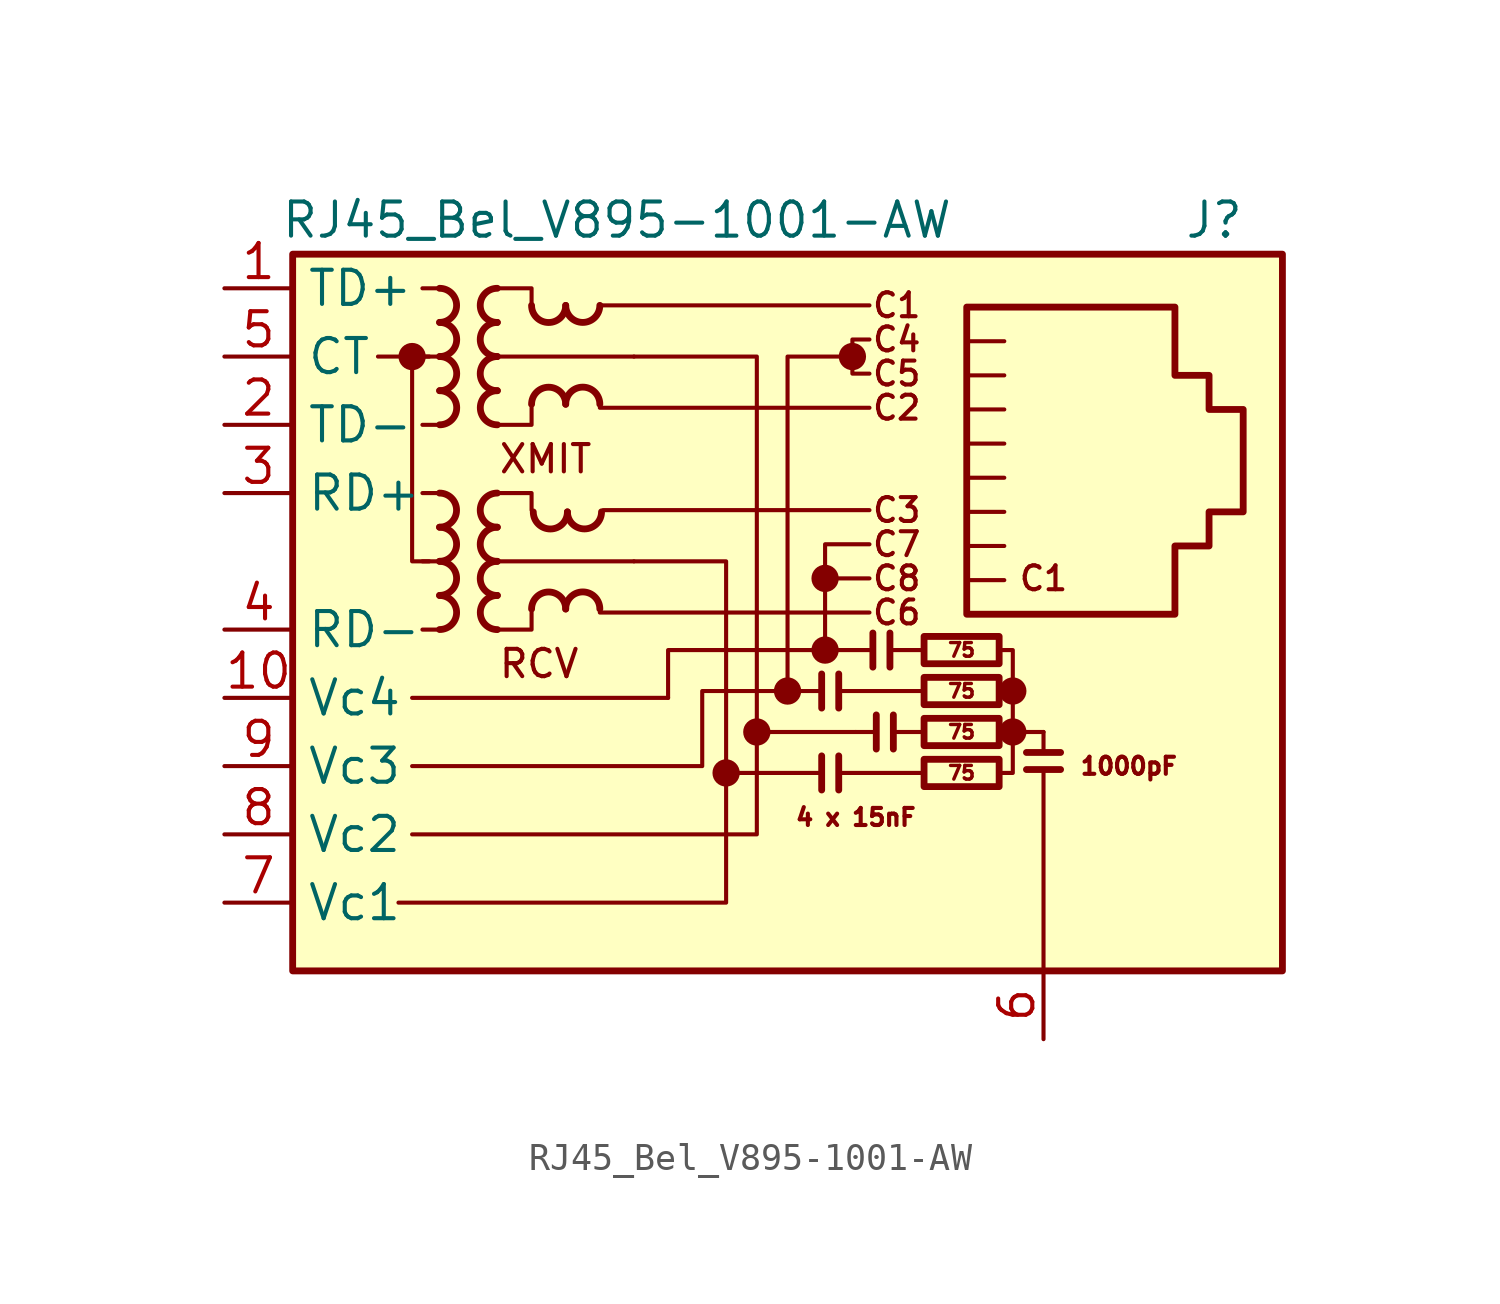
<source format=kicad_sym>
(kicad_symbol_lib
  (version 20220914)
  (generator kicad_symbol_editor)
  (symbol "RJ45_Bel_V895-1001-AW"
    (property "Reference" "J"
      (at 16.51 12.7 0)
      (effects (font (size 1.27 1.27))))
    (property "Value" "RJ45_Bel_V895-1001-AW"
      (at -5.715 12.7 0)
      (effects (font (size 1.27 1.27))))
    (symbol "RJ45_Bel_V895-1001-AW_0_0"
      (circle (center -13.335 7.62) (radius 0.0001) (stroke (width 0.508) (type default)) (fill (type none)))
      (circle (center -1.651 -7.874) (radius 0.0001) (stroke (width 0.508) (type default)) (fill (type none)))
      (circle (center -0.508 -6.35) (radius 0.0001) (stroke (width 0.508) (type default)) (fill (type none)))
      (polyline (pts (xy 1.905 -7.239) (xy 1.905 -8.509)) (stroke (width 0.254) (type default)) (fill (type none)))
      (polyline (pts (xy 1.905 -4.191) (xy 1.905 -5.461)) (stroke (width 0.254) (type default)) (fill (type none)))
      (polyline (pts (xy 2.54 -7.239) (xy 2.54 -8.509)) (stroke (width 0.254) (type default)) (fill (type none)))
      (polyline (pts (xy 2.54 -4.191) (xy 2.54 -5.461)) (stroke (width 0.254) (type default)) (fill (type none)))
      (polyline (pts (xy 3.81 -2.667) (xy 3.81 -3.937)) (stroke (width 0.254) (type default)) (fill (type none)))
      (polyline (pts (xy 3.937 -5.715) (xy 3.937 -6.985)) (stroke (width 0.254) (type default)) (fill (type none)))
      (polyline (pts (xy 4.445 -2.667) (xy 4.445 -3.937)) (stroke (width 0.254) (type default)) (fill (type none)))
      (polyline (pts (xy 4.572 -5.715) (xy 4.572 -6.985)) (stroke (width 0.254) (type default)) (fill (type none)))
      (polyline (pts (xy 9.017 -6.35) (xy 10.16 -6.35)) (stroke (width 0) (type default)) (fill (type none)))
      (polyline (pts (xy 9.525 -7.747) (xy 10.795 -7.747)) (stroke (width 0.254) (type default)) (fill (type none)))
      (polyline (pts (xy 9.525 -7.112) (xy 10.795 -7.112)) (stroke (width 0.254) (type default)) (fill (type none)))
      (polyline (pts (xy 3.683 0.635) (xy 2.032 0.635) (xy 2.032 -0.635) (xy 3.683 -0.635)) (stroke (width 0) (type default)) (fill (type none)))
      (polyline (pts (xy 3.683 8.255) (xy 3.048 8.255) (xy 3.048 6.985) (xy 3.683 6.985)) (stroke (width 0) (type default)) (fill (type none)))
      (polyline (pts (xy 8.636 -7.874) (xy 9.017 -7.874) (xy 9.017 -6.35) (xy 8.636 -6.35)) (stroke (width 0) (type default)) (fill (type none)))
      (polyline (pts (xy 8.636 -4.826) (xy 9.017 -4.826) (xy 9.017 -3.302) (xy 8.636 -3.302)) (stroke (width 0) (type default)) (fill (type none)))
      (circle (center 0.635 -4.826) (radius 0.0001) (stroke (width 0.508) (type default)) (fill (type none)))
      (circle (center 2.032 -3.302) (radius 0.0001) (stroke (width 0.508) (type default)) (fill (type none)))
      (circle (center 2.032 -0.635) (radius 0.0001) (stroke (width 0.508) (type default)) (fill (type none)))
      (circle (center 3.048 7.62) (radius 0.0001) (stroke (width 0.508) (type default)) (fill (type none)))
      (circle (center 9.017 -6.35) (radius 0.0001) (stroke (width 0.508) (type default)) (fill (type none)))
      (circle (center 9.017 -4.826) (radius 0.0001) (stroke (width 0.508) (type default)) (fill (type none)))
      (text "C1" (at 4.699 9.525 0) (effects (font (size 0.889 0.889))))
      (text "C1" (at 10.16 -0.635 0) (effects (font (size 0.889 0.889))))
      (text "C2" (at 4.699 5.715 0) (effects (font (size 0.889 0.889))))
      (text "C3" (at 4.699 1.905 0) (effects (font (size 0.889 0.889))))
      (text "C4" (at 4.699 8.255 0) (effects (font (size 0.889 0.889))))
      (text "C5" (at 4.699 6.985 0) (effects (font (size 0.889 0.889))))
      (text "C6" (at 4.699 -1.905 0) (effects (font (size 0.889 0.889))))
      (text "C7" (at 4.699 0.635 0) (effects (font (size 0.889 0.889))))
      (text "C8" (at 4.699 -0.635 0) (effects (font (size 0.889 0.889))))
      (text "RCV" (at -10.16 -3.81 0) (effects (font (size 1.016 1.016)) (justify left)))
      (text "XMIT" (at -10.16 3.81 0) (effects (font (size 1.016 1.016)) (justify left))))
    (symbol "RJ45_Bel_V895-1001-AW_0_1"
      (rectangle (start -17.78 11.43) (end 19.05 -15.24) (stroke (width 0.254) (type default)) (fill (type background)))
      (polyline (pts (xy -12.316 -2.54) (xy -12.951 -2.54)) (stroke (width 0) (type default)) (fill (type none)))
      (polyline (pts (xy -12.316 0) (xy -12.951 0)) (stroke (width 0) (type default)) (fill (type none)))
      (polyline (pts (xy -12.316 2.54) (xy -12.951 2.54)) (stroke (width 0) (type default)) (fill (type none)))
      (polyline (pts (xy -12.316 5.08) (xy -12.951 5.08)) (stroke (width 0) (type default)) (fill (type none)))
      (polyline (pts (xy -12.316 7.62) (xy -12.951 7.62)) (stroke (width 0) (type default)) (fill (type none)))
      (polyline (pts (xy -12.316 10.16) (xy -12.951 10.16)) (stroke (width 0) (type default)) (fill (type none)))
      (polyline (pts (xy -6.35 -1.905) (xy 3.683 -1.905)) (stroke (width 0) (type default)) (fill (type none)))
      (polyline (pts (xy -6.35 5.715) (xy 3.683 5.715)) (stroke (width 0) (type default)) (fill (type none)))
      (polyline (pts (xy -6.35 9.525) (xy 3.683 9.525)) (stroke (width 0) (type default)) (fill (type none)))
      (polyline (pts (xy -6.223 1.905) (xy 3.683 1.905)) (stroke (width 0) (type default)) (fill (type none)))
      (polyline (pts (xy -5.08 0) (xy -10.16 0)) (stroke (width 0) (type default)) (fill (type none)))
      (polyline (pts (xy -5.08 7.62) (xy -10.16 7.62)) (stroke (width 0) (type default)) (fill (type none)))
      (polyline (pts (xy 7.429 0.572) (xy 8.7 0.572)) (stroke (width 0) (type default)) (fill (type none)))
      (polyline (pts (xy 7.429 1.841) (xy 8.7 1.841)) (stroke (width 0) (type default)) (fill (type none)))
      (polyline (pts (xy 7.429 3.111) (xy 8.7 3.111)) (stroke (width 0) (type default)) (fill (type none)))
      (polyline (pts (xy 7.429 4.381) (xy 8.7 4.381)) (stroke (width 0) (type default)) (fill (type none)))
      (polyline (pts (xy 7.429 5.652) (xy 8.7 5.652)) (stroke (width 0) (type default)) (fill (type none)))
      (polyline (pts (xy 8.7 -0.699) (xy 7.429 -0.699)) (stroke (width 0) (type default)) (fill (type none)))
      (polyline (pts (xy 8.7 6.921) (xy 7.429 6.921)) (stroke (width 0) (type default)) (fill (type none)))
      (polyline (pts (xy 8.7 8.191) (xy 7.429 8.191)) (stroke (width 0) (type default)) (fill (type none)))
      (polyline (pts (xy -10.16 2.54) (xy -8.89 2.54) (xy -8.89 1.905)) (stroke (width 0) (type default)) (fill (type none)))
      (polyline (pts (xy -10.16 10.16) (xy -8.89 10.16) (xy -8.89 9.525)) (stroke (width 0) (type default)) (fill (type none)))
      (polyline (pts (xy -8.89 -1.905) (xy -8.89 -2.54) (xy -10.16 -2.54)) (stroke (width 0) (type default)) (fill (type none)))
      (polyline (pts (xy -8.89 5.715) (xy -8.89 5.08) (xy -10.16 5.08)) (stroke (width 0) (type default)) (fill (type none)))
      (polyline (pts (xy -5.08 0) (xy -1.651 0) (xy -1.651 -7.874)) (stroke (width 0) (type default)) (fill (type none)))
      (polyline (pts (xy -5.08 7.62) (xy -0.508 7.62) (xy -0.508 -6.35)) (stroke (width 0) (type default)) (fill (type none))))
    (symbol "RJ45_Bel_V895-1001-AW_1_0"
      (polyline (pts (xy -14.605 7.62) (xy -12.7 7.62)) (stroke (width 0) (type default)) (fill (type none)))
      (polyline (pts (xy 3.175 -6.35) (xy -0.508 -6.35)) (stroke (width 0) (type default)) (fill (type none)))
      (polyline (pts (xy -13.843 -12.7) (xy -1.651 -12.7) (xy -1.651 -7.874)) (stroke (width 0) (type default)) (fill (type none)))
      (polyline (pts (xy -13.335 -10.16) (xy -0.508 -10.16) (xy -0.508 -6.35)) (stroke (width 0) (type default)) (fill (type none)))
      (polyline (pts (xy -13.335 7.62) (xy -13.335 0) (xy -12.7 0)) (stroke (width 0) (type default)) (fill (type none)))
      (polyline (pts (xy 2.032 -3.302) (xy -3.81 -3.302) (xy -3.81 -5.08)) (stroke (width 0) (type default)) (fill (type none)))
      (polyline (pts (xy -13.335 -7.62) (xy -2.54 -7.62) (xy -2.54 -4.826) (xy 0.635 -4.826)) (stroke (width 0) (type default)) (fill (type none)))
      (text "1000pF" (at 13.335 -7.62 0) (effects (font (size 0.635 0.635))))
      (text "4 x 15nF" (at 3.175 -9.525 0) (effects (font (size 0.635 0.635)))))
    (symbol "RJ45_Bel_V895-1001-AW_1_1"
      (arc (start -12.3163 1.27) (mid -11.684 1.905) (end -12.3163 2.54) (stroke (width 0.254) (type default)) (fill (type none)))
      (arc (start -12.3136 -2.54) (mid -11.6813 -1.905) (end -12.3136 -1.27) (stroke (width 0.254) (type default)) (fill (type none)))
      (arc (start -12.3136 -1.27) (mid -11.6813 -0.635) (end -12.3136 0) (stroke (width 0.254) (type default)) (fill (type none)))
      (arc (start -12.3136 0) (mid -11.6813 0.635) (end -12.3136 1.27) (stroke (width 0.254) (type default)) (fill (type none)))
      (arc (start -12.3136 8.89) (mid -11.6813 9.525) (end -12.3136 10.16) (stroke (width 0.254) (type default)) (fill (type none)))
      (arc (start -12.3109 5.08) (mid -11.6786 5.715) (end -12.3109 6.35) (stroke (width 0.254) (type default)) (fill (type none)))
      (arc (start -12.3109 6.35) (mid -11.6786 6.985) (end -12.3109 7.62) (stroke (width 0.254) (type default)) (fill (type none)))
      (arc (start -12.3109 7.62) (mid -11.6786 8.255) (end -12.3109 8.89) (stroke (width 0.254) (type default)) (fill (type none)))
      (arc (start -10.1654 0) (mid -10.7977 -0.635) (end -10.1654 -1.27) (stroke (width 0.254) (type default)) (fill (type none)))
      (arc (start -10.1654 1.27) (mid -10.7977 0.635) (end -10.1654 0) (stroke (width 0.254) (type default)) (fill (type none)))
      (arc (start -10.1654 2.54) (mid -10.7977 1.905) (end -10.1654 1.27) (stroke (width 0.254) (type default)) (fill (type none)))
      (arc (start -10.1654 7.62) (mid -10.7977 6.985) (end -10.1654 6.35) (stroke (width 0.254) (type default)) (fill (type none)))
      (arc (start -10.1654 8.89) (mid -10.7977 8.255) (end -10.1654 7.62) (stroke (width 0.254) (type default)) (fill (type none)))
      (arc (start -10.1654 10.16) (mid -10.7977 9.525) (end -10.1654 8.89) (stroke (width 0.254) (type default)) (fill (type none)))
      (arc (start -10.1627 -1.27) (mid -10.795 -1.905) (end -10.1627 -2.54) (stroke (width 0.254) (type default)) (fill (type none)))
      (arc (start -10.1627 6.35) (mid -10.795 5.715) (end -10.1627 5.08) (stroke (width 0.254) (type default)) (fill (type none)))
      (arc (start -8.89 9.5223) (mid -8.255 8.89) (end -7.62 9.5223) (stroke (width 0.254) (type default)) (fill (type none)))
      (arc (start -8.8265 1.8388) (mid -8.1915 1.2065) (end -7.5565 1.8388) (stroke (width 0.254) (type default)) (fill (type none)))
      (arc (start -7.62 -1.7753) (mid -8.255 -1.143) (end -8.89 -1.7753) (stroke (width 0.254) (type default)) (fill (type none)))
      (arc (start -7.62 5.8447) (mid -8.255 6.477) (end -8.89 5.8447) (stroke (width 0.254) (type default)) (fill (type none)))
      (arc (start -7.62 9.525) (mid -6.985 8.8927) (end -6.35 9.525) (stroke (width 0.254) (type default)) (fill (type none)))
      (arc (start -7.5565 1.8415) (mid -6.9215 1.2092) (end -6.2865 1.8415) (stroke (width 0.254) (type default)) (fill (type none)))
      (arc (start -6.35 -1.7726) (mid -6.985 -1.1403) (end -7.62 -1.7726) (stroke (width 0.254) (type default)) (fill (type none)))
      (arc (start -6.35 5.8474) (mid -6.985 6.4797) (end -7.62 5.8474) (stroke (width 0.254) (type default)) (fill (type none)))
      (polyline (pts (xy -13.335 -5.08) (xy -3.81 -5.08)) (stroke (width 0) (type default)) (fill (type none)))
      (polyline (pts (xy -1.651 -7.874) (xy 1.905 -7.874)) (stroke (width 0) (type default)) (fill (type none)))
      (polyline (pts (xy 1.905 -4.826) (xy 0.635 -4.826)) (stroke (width 0) (type default)) (fill (type none)))
      (polyline (pts (xy 2.032 -3.302) (xy 3.683 -3.302)) (stroke (width 0) (type default)) (fill (type none)))
      (polyline (pts (xy 2.032 -0.635) (xy 2.032 -3.302)) (stroke (width 0) (type default)) (fill (type none)))
      (polyline (pts (xy 2.54 -7.874) (xy 5.715 -7.874)) (stroke (width 0) (type default)) (fill (type none)))
      (polyline (pts (xy 3.175 -6.35) (xy 3.81 -6.35)) (stroke (width 0) (type default)) (fill (type none)))
      (polyline (pts (xy 4.572 -3.302) (xy 5.588 -3.302)) (stroke (width 0) (type default)) (fill (type none)))
      (polyline (pts (xy 4.699 -6.35) (xy 5.715 -6.35)) (stroke (width 0) (type default)) (fill (type none)))
      (polyline (pts (xy 5.588 -4.826) (xy 2.54 -4.826)) (stroke (width 0) (type default)) (fill (type none)))
      (polyline (pts (xy 9.017 -4.826) (xy 9.017 -6.35)) (stroke (width 0) (type default)) (fill (type none)))
      (polyline (pts (xy 10.16 -7.874) (xy 10.16 -15.24)) (stroke (width 0) (type default)) (fill (type none)))
      (polyline (pts (xy 10.16 -6.35) (xy 10.16 -7.112)) (stroke (width 0) (type default)) (fill (type none)))
      (polyline (pts (xy 3.048 7.62) (xy 0.635 7.62) (xy 0.635 -4.826)) (stroke (width 0) (type default)) (fill (type none)))
      (polyline (pts (xy 7.303 -1.968) (xy 7.303 9.461) (xy 15.05 9.461) (xy 15.05 6.921) (xy 16.32 6.921) (xy 16.32 5.652) (xy 17.59 5.652) (xy 17.59 1.841) (xy 16.32 1.841) (xy 16.32 0.572) (xy 15.05 0.572) (xy 15.05 -1.968) (xy 7.303 -1.968)) (stroke (width 0.254) (type default)) (fill (type none)))
      (rectangle (start 5.715 -7.366) (end 8.509 -8.382) (stroke (width 0.254) (type default)) (fill (type none)))
      (rectangle (start 5.715 -5.842) (end 8.509 -6.858) (stroke (width 0.254) (type default)) (fill (type none)))
      (rectangle (start 5.715 -4.318) (end 8.509 -5.334) (stroke (width 0.254) (type default)) (fill (type none)))
      (rectangle (start 5.715 -2.794) (end 8.509 -3.81) (stroke (width 0.254) (type default)) (fill (type none)))
      (text "75" (at 7.112 -7.874 0) (effects (font (size 0.508 0.508))))
      (text "75" (at 7.112 -6.35 0) (effects (font (size 0.508 0.508))))
      (text "75" (at 7.112 -4.826 0) (effects (font (size 0.508 0.508))))
      (text "75" (at 7.112 -3.302 0) (effects (font (size 0.508 0.508))))
      (pin passive line (at -20.32 10.16 0) (length 2.54) (name "TD+" (effects (font (size 1.27 1.27)))) (number "1" (effects (font (size 1.27 1.27)))))
      (pin passive line (at -20.32 -5.08 0) (length 2.54) (name "Vc4" (effects (font (size 1.27 1.27)))) (number "10" (effects (font (size 1.27 1.27)))))
      (pin passive line (at -20.32 5.08 0) (length 2.54) (name "TD-" (effects (font (size 1.27 1.27)))) (number "2" (effects (font (size 1.27 1.27)))))
      (pin passive line (at -20.32 2.54 0) (length 2.54) (name "RD+" (effects (font (size 1.27 1.27)))) (number "3" (effects (font (size 1.27 1.27)))))
      (pin passive line (at -20.32 -2.54 0) (length 2.54) (name "RD-" (effects (font (size 1.27 1.27)))) (number "4" (effects (font (size 1.27 1.27)))))
      (pin passive line (at -20.32 7.62 0) (length 2.54) (name "CT" (effects (font (size 1.27 1.27)))) (number "5" (effects (font (size 1.27 1.27)))))
      (pin passive line (at 10.16 -17.78 90) (length 2.54) (name "" (effects (font (size 1.27 1.27)))) (number "6" (effects (font (size 1.27 1.27)))))
      (pin passive line (at -20.32 -12.7 0) (length 2.54) (name "Vc1" (effects (font (size 1.27 1.27)))) (number "7" (effects (font (size 1.27 1.27)))))
      (pin passive line (at -20.32 -10.16 0) (length 2.54) (name "Vc2" (effects (font (size 1.27 1.27)))) (number "8" (effects (font (size 1.27 1.27)))))
      (pin passive line (at -20.32 -7.62 0) (length 2.54) (name "Vc3" (effects (font (size 1.27 1.27)))) (number "9" (effects (font (size 1.27 1.27))))))))
</source>
